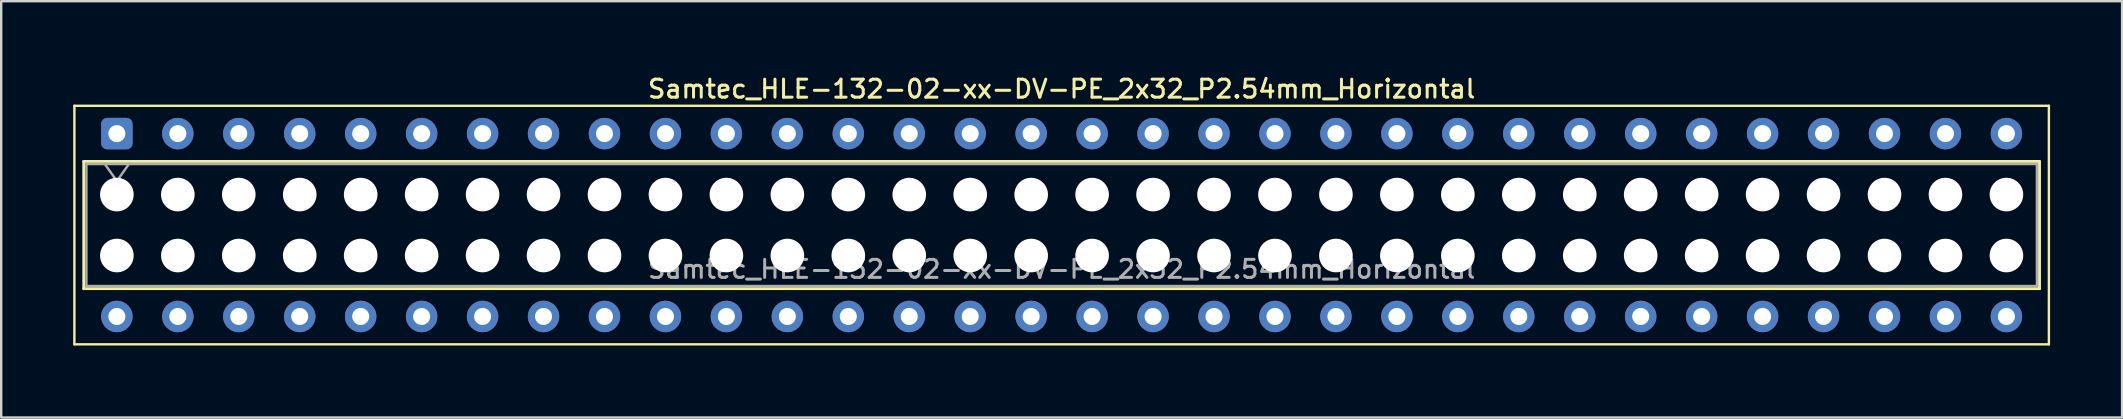
<source format=kicad_pcb>
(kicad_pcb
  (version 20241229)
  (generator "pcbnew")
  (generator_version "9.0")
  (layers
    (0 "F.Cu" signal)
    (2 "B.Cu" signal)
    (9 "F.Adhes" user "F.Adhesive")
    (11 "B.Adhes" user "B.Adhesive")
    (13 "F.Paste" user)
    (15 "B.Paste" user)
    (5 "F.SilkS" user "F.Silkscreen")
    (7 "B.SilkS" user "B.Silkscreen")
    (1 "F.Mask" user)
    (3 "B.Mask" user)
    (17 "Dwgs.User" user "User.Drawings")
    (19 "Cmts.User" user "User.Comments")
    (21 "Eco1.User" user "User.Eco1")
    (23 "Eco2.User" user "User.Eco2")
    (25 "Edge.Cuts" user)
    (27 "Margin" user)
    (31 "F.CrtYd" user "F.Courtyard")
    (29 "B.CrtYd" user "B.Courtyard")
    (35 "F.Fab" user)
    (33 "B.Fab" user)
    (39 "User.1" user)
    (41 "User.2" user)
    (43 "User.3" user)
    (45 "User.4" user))
  (footprint "Samtec_HLE-132-02-xx-DV-PE_2x32_P2.54mm_Horizontal"
    (layer "F.Cu")
    (at 1.82 2.518)
    (property "Reference" "Samtec_HLE-132-02-xx-DV-PE_2x32_P2.54mm_Horizontal" (at 39.37 -1.86 0) (layer "F.SilkS") (effects (font (size 0.75 0.75) (thickness 0.125))))
    (attr through_hole)
    (fp_line (start -1.77 -1.16) (end 80.51 -1.16) (stroke (width 0.1) (type solid)) (layer "F.SilkS"))
    (fp_line (start -1.77 8.78) (end -1.77 -1.16) (stroke (width 0.1) (type solid)) (layer "F.SilkS"))
    (fp_line (start -1.38 1.16) (end 80.12 1.16) (stroke (width 0.12) (type solid)) (layer "F.SilkS"))
    (fp_line (start -1.38 6.46) (end -1.38 1.16) (stroke (width 0.12) (type solid)) (layer "F.SilkS"))
    (fp_line (start 80.12 1.16) (end 80.12 6.46) (stroke (width 0.12) (type solid)) (layer "F.SilkS"))
    (fp_line (start 80.12 6.46) (end -1.38 6.46) (stroke (width 0.12) (type solid)) (layer "F.SilkS"))
    (fp_line (start 80.51 -1.16) (end 80.51 8.78) (stroke (width 0.1) (type solid)) (layer "F.SilkS"))
    (fp_line (start 80.51 8.78) (end -1.77 8.78) (stroke (width 0.1) (type solid)) (layer "F.SilkS"))
    (fp_line (start -1.27 1.27) (end 80.01 1.27) (stroke (width 0.1) (type solid)) (layer "F.Fab"))
    (fp_line (start -1.27 6.35) (end -1.27 1.27) (stroke (width 0.1) (type solid)) (layer "F.Fab"))
    (fp_line (start -0.5 1.27) (end 0 1.977) (stroke (width 0.1) (type solid)) (layer "F.Fab"))
    (fp_line (start 0 1.977) (end 0.5 1.27) (stroke (width 0.1) (type solid)) (layer "F.Fab"))
    (fp_line (start 80.01 1.27) (end 80.01 6.35) (stroke (width 0.1) (type solid)) (layer "F.Fab"))
    (fp_line (start 80.01 6.35) (end -1.27 6.35) (stroke (width 0.1) (type solid)) (layer "F.Fab"))
    (fp_text user "${REFERENCE}" (at 39.37 5.65 0) (layer "F.Fab") (effects (font (size 0.75 0.75) (thickness 0.125))))
    (pad "" np_thru_hole circle (at 0 2.54) (size 1.4 1.4) (drill 1.4) (layers "*.Cu" "*.Mask"))
    (pad "" np_thru_hole circle (at 0 5.08) (size 1.4 1.4) (drill 1.4) (layers "*.Cu" "*.Mask"))
    (pad "" np_thru_hole circle (at 2.54 2.54) (size 1.4 1.4) (drill 1.4) (layers "*.Cu" "*.Mask"))
    (pad "" np_thru_hole circle (at 2.54 5.08) (size 1.4 1.4) (drill 1.4) (layers "*.Cu" "*.Mask"))
    (pad "" np_thru_hole circle (at 5.08 2.54) (size 1.4 1.4) (drill 1.4) (layers "*.Cu" "*.Mask"))
    (pad "" np_thru_hole circle (at 5.08 5.08) (size 1.4 1.4) (drill 1.4) (layers "*.Cu" "*.Mask"))
    (pad "" np_thru_hole circle (at 7.62 2.54) (size 1.4 1.4) (drill 1.4) (layers "*.Cu" "*.Mask"))
    (pad "" np_thru_hole circle (at 7.62 5.08) (size 1.4 1.4) (drill 1.4) (layers "*.Cu" "*.Mask"))
    (pad "" np_thru_hole circle (at 10.16 2.54) (size 1.4 1.4) (drill 1.4) (layers "*.Cu" "*.Mask"))
    (pad "" np_thru_hole circle (at 10.16 5.08) (size 1.4 1.4) (drill 1.4) (layers "*.Cu" "*.Mask"))
    (pad "" np_thru_hole circle (at 12.7 2.54) (size 1.4 1.4) (drill 1.4) (layers "*.Cu" "*.Mask"))
    (pad "" np_thru_hole circle (at 12.7 5.08) (size 1.4 1.4) (drill 1.4) (layers "*.Cu" "*.Mask"))
    (pad "" np_thru_hole circle (at 15.24 2.54) (size 1.4 1.4) (drill 1.4) (layers "*.Cu" "*.Mask"))
    (pad "" np_thru_hole circle (at 15.24 5.08) (size 1.4 1.4) (drill 1.4) (layers "*.Cu" "*.Mask"))
    (pad "" np_thru_hole circle (at 17.78 2.54) (size 1.4 1.4) (drill 1.4) (layers "*.Cu" "*.Mask"))
    (pad "" np_thru_hole circle (at 17.78 5.08) (size 1.4 1.4) (drill 1.4) (layers "*.Cu" "*.Mask"))
    (pad "" np_thru_hole circle (at 20.32 2.54) (size 1.4 1.4) (drill 1.4) (layers "*.Cu" "*.Mask"))
    (pad "" np_thru_hole circle (at 20.32 5.08) (size 1.4 1.4) (drill 1.4) (layers "*.Cu" "*.Mask"))
    (pad "" np_thru_hole circle (at 22.86 2.54) (size 1.4 1.4) (drill 1.4) (layers "*.Cu" "*.Mask"))
    (pad "" np_thru_hole circle (at 22.86 5.08) (size 1.4 1.4) (drill 1.4) (layers "*.Cu" "*.Mask"))
    (pad "" np_thru_hole circle (at 25.4 2.54) (size 1.4 1.4) (drill 1.4) (layers "*.Cu" "*.Mask"))
    (pad "" np_thru_hole circle (at 25.4 5.08) (size 1.4 1.4) (drill 1.4) (layers "*.Cu" "*.Mask"))
    (pad "" np_thru_hole circle (at 27.94 2.54) (size 1.4 1.4) (drill 1.4) (layers "*.Cu" "*.Mask"))
    (pad "" np_thru_hole circle (at 27.94 5.08) (size 1.4 1.4) (drill 1.4) (layers "*.Cu" "*.Mask"))
    (pad "" np_thru_hole circle (at 30.48 2.54) (size 1.4 1.4) (drill 1.4) (layers "*.Cu" "*.Mask"))
    (pad "" np_thru_hole circle (at 30.48 5.08) (size 1.4 1.4) (drill 1.4) (layers "*.Cu" "*.Mask"))
    (pad "" np_thru_hole circle (at 33.02 2.54) (size 1.4 1.4) (drill 1.4) (layers "*.Cu" "*.Mask"))
    (pad "" np_thru_hole circle (at 33.02 5.08) (size 1.4 1.4) (drill 1.4) (layers "*.Cu" "*.Mask"))
    (pad "" np_thru_hole circle (at 35.56 2.54) (size 1.4 1.4) (drill 1.4) (layers "*.Cu" "*.Mask"))
    (pad "" np_thru_hole circle (at 35.56 5.08) (size 1.4 1.4) (drill 1.4) (layers "*.Cu" "*.Mask"))
    (pad "" np_thru_hole circle (at 38.1 2.54) (size 1.4 1.4) (drill 1.4) (layers "*.Cu" "*.Mask"))
    (pad "" np_thru_hole circle (at 38.1 5.08) (size 1.4 1.4) (drill 1.4) (layers "*.Cu" "*.Mask"))
    (pad "" np_thru_hole circle (at 40.64 2.54) (size 1.4 1.4) (drill 1.4) (layers "*.Cu" "*.Mask"))
    (pad "" np_thru_hole circle (at 40.64 5.08) (size 1.4 1.4) (drill 1.4) (layers "*.Cu" "*.Mask"))
    (pad "" np_thru_hole circle (at 43.18 2.54) (size 1.4 1.4) (drill 1.4) (layers "*.Cu" "*.Mask"))
    (pad "" np_thru_hole circle (at 43.18 5.08) (size 1.4 1.4) (drill 1.4) (layers "*.Cu" "*.Mask"))
    (pad "" np_thru_hole circle (at 45.72 2.54) (size 1.4 1.4) (drill 1.4) (layers "*.Cu" "*.Mask"))
    (pad "" np_thru_hole circle (at 45.72 5.08) (size 1.4 1.4) (drill 1.4) (layers "*.Cu" "*.Mask"))
    (pad "" np_thru_hole circle (at 48.26 2.54) (size 1.4 1.4) (drill 1.4) (layers "*.Cu" "*.Mask"))
    (pad "" np_thru_hole circle (at 48.26 5.08) (size 1.4 1.4) (drill 1.4) (layers "*.Cu" "*.Mask"))
    (pad "" np_thru_hole circle (at 50.8 2.54) (size 1.4 1.4) (drill 1.4) (layers "*.Cu" "*.Mask"))
    (pad "" np_thru_hole circle (at 50.8 5.08) (size 1.4 1.4) (drill 1.4) (layers "*.Cu" "*.Mask"))
    (pad "" np_thru_hole circle (at 53.34 2.54) (size 1.4 1.4) (drill 1.4) (layers "*.Cu" "*.Mask"))
    (pad "" np_thru_hole circle (at 53.34 5.08) (size 1.4 1.4) (drill 1.4) (layers "*.Cu" "*.Mask"))
    (pad "" np_thru_hole circle (at 55.88 2.54) (size 1.4 1.4) (drill 1.4) (layers "*.Cu" "*.Mask"))
    (pad "" np_thru_hole circle (at 55.88 5.08) (size 1.4 1.4) (drill 1.4) (layers "*.Cu" "*.Mask"))
    (pad "" np_thru_hole circle (at 58.42 2.54) (size 1.4 1.4) (drill 1.4) (layers "*.Cu" "*.Mask"))
    (pad "" np_thru_hole circle (at 58.42 5.08) (size 1.4 1.4) (drill 1.4) (layers "*.Cu" "*.Mask"))
    (pad "" np_thru_hole circle (at 60.96 2.54) (size 1.4 1.4) (drill 1.4) (layers "*.Cu" "*.Mask"))
    (pad "" np_thru_hole circle (at 60.96 5.08) (size 1.4 1.4) (drill 1.4) (layers "*.Cu" "*.Mask"))
    (pad "" np_thru_hole circle (at 63.5 2.54) (size 1.4 1.4) (drill 1.4) (layers "*.Cu" "*.Mask"))
    (pad "" np_thru_hole circle (at 63.5 5.08) (size 1.4 1.4) (drill 1.4) (layers "*.Cu" "*.Mask"))
    (pad "" np_thru_hole circle (at 66.04 2.54) (size 1.4 1.4) (drill 1.4) (layers "*.Cu" "*.Mask"))
    (pad "" np_thru_hole circle (at 66.04 5.08) (size 1.4 1.4) (drill 1.4) (layers "*.Cu" "*.Mask"))
    (pad "" np_thru_hole circle (at 68.58 2.54) (size 1.4 1.4) (drill 1.4) (layers "*.Cu" "*.Mask"))
    (pad "" np_thru_hole circle (at 68.58 5.08) (size 1.4 1.4) (drill 1.4) (layers "*.Cu" "*.Mask"))
    (pad "" np_thru_hole circle (at 71.12 2.54) (size 1.4 1.4) (drill 1.4) (layers "*.Cu" "*.Mask"))
    (pad "" np_thru_hole circle (at 71.12 5.08) (size 1.4 1.4) (drill 1.4) (layers "*.Cu" "*.Mask"))
    (pad "" np_thru_hole circle (at 73.66 2.54) (size 1.4 1.4) (drill 1.4) (layers "*.Cu" "*.Mask"))
    (pad "" np_thru_hole circle (at 73.66 5.08) (size 1.4 1.4) (drill 1.4) (layers "*.Cu" "*.Mask"))
    (pad "" np_thru_hole circle (at 76.2 2.54) (size 1.4 1.4) (drill 1.4) (layers "*.Cu" "*.Mask"))
    (pad "" np_thru_hole circle (at 76.2 5.08) (size 1.4 1.4) (drill 1.4) (layers "*.Cu" "*.Mask"))
    (pad "" np_thru_hole circle (at 78.74 2.54) (size 1.4 1.4) (drill 1.4) (layers "*.Cu" "*.Mask"))
    (pad "" np_thru_hole circle (at 78.74 5.08) (size 1.4 1.4) (drill 1.4) (layers "*.Cu" "*.Mask"))
    (pad "1" thru_hole roundrect (at 0 0) (size 1.31 1.31) (drill 0.71) (layers "*.Cu" "*.Mask") (roundrect_rratio 0.191))
    (pad "2" thru_hole circle (at 0 7.62) (size 1.31 1.31) (drill 0.71) (layers "*.Cu" "*.Mask"))
    (pad "3" thru_hole circle (at 2.54 0) (size 1.31 1.31) (drill 0.71) (layers "*.Cu" "*.Mask"))
    (pad "4" thru_hole circle (at 2.54 7.62) (size 1.31 1.31) (drill 0.71) (layers "*.Cu" "*.Mask"))
    (pad "5" thru_hole circle (at 5.08 0) (size 1.31 1.31) (drill 0.71) (layers "*.Cu" "*.Mask"))
    (pad "6" thru_hole circle (at 5.08 7.62) (size 1.31 1.31) (drill 0.71) (layers "*.Cu" "*.Mask"))
    (pad "7" thru_hole circle (at 7.62 0) (size 1.31 1.31) (drill 0.71) (layers "*.Cu" "*.Mask"))
    (pad "8" thru_hole circle (at 7.62 7.62) (size 1.31 1.31) (drill 0.71) (layers "*.Cu" "*.Mask"))
    (pad "9" thru_hole circle (at 10.16 0) (size 1.31 1.31) (drill 0.71) (layers "*.Cu" "*.Mask"))
    (pad "10" thru_hole circle (at 10.16 7.62) (size 1.31 1.31) (drill 0.71) (layers "*.Cu" "*.Mask"))
    (pad "11" thru_hole circle (at 12.7 0) (size 1.31 1.31) (drill 0.71) (layers "*.Cu" "*.Mask"))
    (pad "12" thru_hole circle (at 12.7 7.62) (size 1.31 1.31) (drill 0.71) (layers "*.Cu" "*.Mask"))
    (pad "13" thru_hole circle (at 15.24 0) (size 1.31 1.31) (drill 0.71) (layers "*.Cu" "*.Mask"))
    (pad "14" thru_hole circle (at 15.24 7.62) (size 1.31 1.31) (drill 0.71) (layers "*.Cu" "*.Mask"))
    (pad "15" thru_hole circle (at 17.78 0) (size 1.31 1.31) (drill 0.71) (layers "*.Cu" "*.Mask"))
    (pad "16" thru_hole circle (at 17.78 7.62) (size 1.31 1.31) (drill 0.71) (layers "*.Cu" "*.Mask"))
    (pad "17" thru_hole circle (at 20.32 0) (size 1.31 1.31) (drill 0.71) (layers "*.Cu" "*.Mask"))
    (pad "18" thru_hole circle (at 20.32 7.62) (size 1.31 1.31) (drill 0.71) (layers "*.Cu" "*.Mask"))
    (pad "19" thru_hole circle (at 22.86 0) (size 1.31 1.31) (drill 0.71) (layers "*.Cu" "*.Mask"))
    (pad "20" thru_hole circle (at 22.86 7.62) (size 1.31 1.31) (drill 0.71) (layers "*.Cu" "*.Mask"))
    (pad "21" thru_hole circle (at 25.4 0) (size 1.31 1.31) (drill 0.71) (layers "*.Cu" "*.Mask"))
    (pad "22" thru_hole circle (at 25.4 7.62) (size 1.31 1.31) (drill 0.71) (layers "*.Cu" "*.Mask"))
    (pad "23" thru_hole circle (at 27.94 0) (size 1.31 1.31) (drill 0.71) (layers "*.Cu" "*.Mask"))
    (pad "24" thru_hole circle (at 27.94 7.62) (size 1.31 1.31) (drill 0.71) (layers "*.Cu" "*.Mask"))
    (pad "25" thru_hole circle (at 30.48 0) (size 1.31 1.31) (drill 0.71) (layers "*.Cu" "*.Mask"))
    (pad "26" thru_hole circle (at 30.48 7.62) (size 1.31 1.31) (drill 0.71) (layers "*.Cu" "*.Mask"))
    (pad "27" thru_hole circle (at 33.02 0) (size 1.31 1.31) (drill 0.71) (layers "*.Cu" "*.Mask"))
    (pad "28" thru_hole circle (at 33.02 7.62) (size 1.31 1.31) (drill 0.71) (layers "*.Cu" "*.Mask"))
    (pad "29" thru_hole circle (at 35.56 0) (size 1.31 1.31) (drill 0.71) (layers "*.Cu" "*.Mask"))
    (pad "30" thru_hole circle (at 35.56 7.62) (size 1.31 1.31) (drill 0.71) (layers "*.Cu" "*.Mask"))
    (pad "31" thru_hole circle (at 38.1 0) (size 1.31 1.31) (drill 0.71) (layers "*.Cu" "*.Mask"))
    (pad "32" thru_hole circle (at 38.1 7.62) (size 1.31 1.31) (drill 0.71) (layers "*.Cu" "*.Mask"))
    (pad "33" thru_hole circle (at 40.64 0) (size 1.31 1.31) (drill 0.71) (layers "*.Cu" "*.Mask"))
    (pad "34" thru_hole circle (at 40.64 7.62) (size 1.31 1.31) (drill 0.71) (layers "*.Cu" "*.Mask"))
    (pad "35" thru_hole circle (at 43.18 0) (size 1.31 1.31) (drill 0.71) (layers "*.Cu" "*.Mask"))
    (pad "36" thru_hole circle (at 43.18 7.62) (size 1.31 1.31) (drill 0.71) (layers "*.Cu" "*.Mask"))
    (pad "37" thru_hole circle (at 45.72 0) (size 1.31 1.31) (drill 0.71) (layers "*.Cu" "*.Mask"))
    (pad "38" thru_hole circle (at 45.72 7.62) (size 1.31 1.31) (drill 0.71) (layers "*.Cu" "*.Mask"))
    (pad "39" thru_hole circle (at 48.26 0) (size 1.31 1.31) (drill 0.71) (layers "*.Cu" "*.Mask"))
    (pad "40" thru_hole circle (at 48.26 7.62) (size 1.31 1.31) (drill 0.71) (layers "*.Cu" "*.Mask"))
    (pad "41" thru_hole circle (at 50.8 0) (size 1.31 1.31) (drill 0.71) (layers "*.Cu" "*.Mask"))
    (pad "42" thru_hole circle (at 50.8 7.62) (size 1.31 1.31) (drill 0.71) (layers "*.Cu" "*.Mask"))
    (pad "43" thru_hole circle (at 53.34 0) (size 1.31 1.31) (drill 0.71) (layers "*.Cu" "*.Mask"))
    (pad "44" thru_hole circle (at 53.34 7.62) (size 1.31 1.31) (drill 0.71) (layers "*.Cu" "*.Mask"))
    (pad "45" thru_hole circle (at 55.88 0) (size 1.31 1.31) (drill 0.71) (layers "*.Cu" "*.Mask"))
    (pad "46" thru_hole circle (at 55.88 7.62) (size 1.31 1.31) (drill 0.71) (layers "*.Cu" "*.Mask"))
    (pad "47" thru_hole circle (at 58.42 0) (size 1.31 1.31) (drill 0.71) (layers "*.Cu" "*.Mask"))
    (pad "48" thru_hole circle (at 58.42 7.62) (size 1.31 1.31) (drill 0.71) (layers "*.Cu" "*.Mask"))
    (pad "49" thru_hole circle (at 60.96 0) (size 1.31 1.31) (drill 0.71) (layers "*.Cu" "*.Mask"))
    (pad "50" thru_hole circle (at 60.96 7.62) (size 1.31 1.31) (drill 0.71) (layers "*.Cu" "*.Mask"))
    (pad "51" thru_hole circle (at 63.5 0) (size 1.31 1.31) (drill 0.71) (layers "*.Cu" "*.Mask"))
    (pad "52" thru_hole circle (at 63.5 7.62) (size 1.31 1.31) (drill 0.71) (layers "*.Cu" "*.Mask"))
    (pad "53" thru_hole circle (at 66.04 0) (size 1.31 1.31) (drill 0.71) (layers "*.Cu" "*.Mask"))
    (pad "54" thru_hole circle (at 66.04 7.62) (size 1.31 1.31) (drill 0.71) (layers "*.Cu" "*.Mask"))
    (pad "55" thru_hole circle (at 68.58 0) (size 1.31 1.31) (drill 0.71) (layers "*.Cu" "*.Mask"))
    (pad "56" thru_hole circle (at 68.58 7.62) (size 1.31 1.31) (drill 0.71) (layers "*.Cu" "*.Mask"))
    (pad "57" thru_hole circle (at 71.12 0) (size 1.31 1.31) (drill 0.71) (layers "*.Cu" "*.Mask"))
    (pad "58" thru_hole circle (at 71.12 7.62) (size 1.31 1.31) (drill 0.71) (layers "*.Cu" "*.Mask"))
    (pad "59" thru_hole circle (at 73.66 0) (size 1.31 1.31) (drill 0.71) (layers "*.Cu" "*.Mask"))
    (pad "60" thru_hole circle (at 73.66 7.62) (size 1.31 1.31) (drill 0.71) (layers "*.Cu" "*.Mask"))
    (pad "61" thru_hole circle (at 76.2 0) (size 1.31 1.31) (drill 0.71) (layers "*.Cu" "*.Mask"))
    (pad "62" thru_hole circle (at 76.2 7.62) (size 1.31 1.31) (drill 0.71) (layers "*.Cu" "*.Mask"))
    (pad "63" thru_hole circle (at 78.74 0) (size 1.31 1.31) (drill 0.71) (layers "*.Cu" "*.Mask"))
    (pad "64" thru_hole circle (at 78.74 7.62) (size 1.31 1.31) (drill 0.71) (layers "*.Cu" "*.Mask")))
  (gr_rect
    (start -3 -3)
    (end 85.38 14.348)
    (stroke (width 0.1) (type default))
    (fill no)
    (layer "Edge.Cuts")))
</source>
